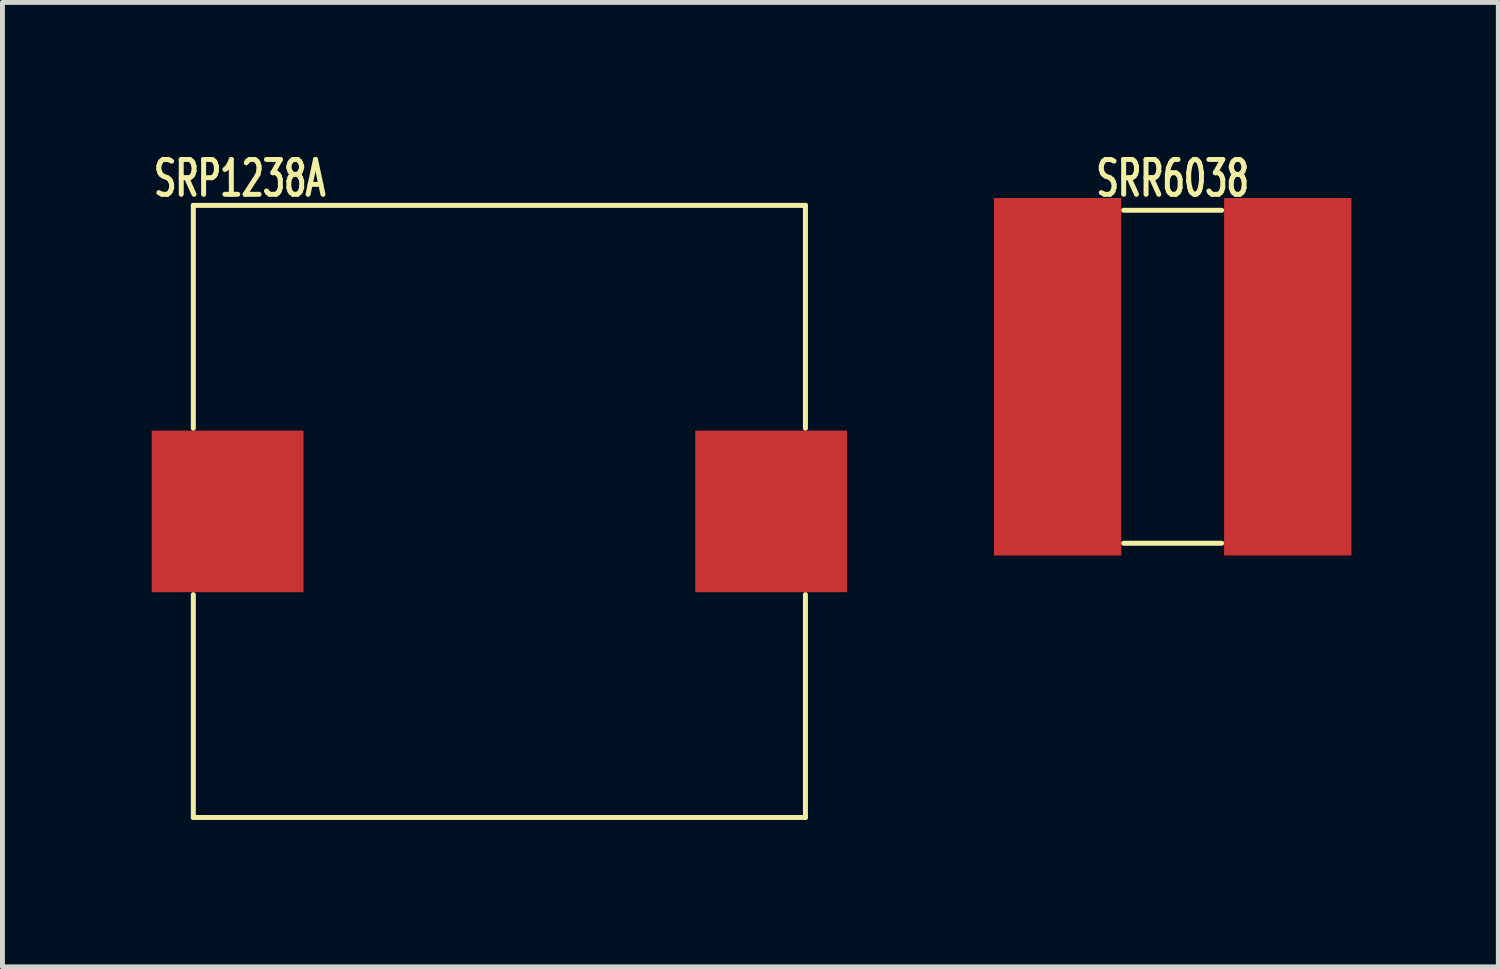
<source format=kicad_pcb>
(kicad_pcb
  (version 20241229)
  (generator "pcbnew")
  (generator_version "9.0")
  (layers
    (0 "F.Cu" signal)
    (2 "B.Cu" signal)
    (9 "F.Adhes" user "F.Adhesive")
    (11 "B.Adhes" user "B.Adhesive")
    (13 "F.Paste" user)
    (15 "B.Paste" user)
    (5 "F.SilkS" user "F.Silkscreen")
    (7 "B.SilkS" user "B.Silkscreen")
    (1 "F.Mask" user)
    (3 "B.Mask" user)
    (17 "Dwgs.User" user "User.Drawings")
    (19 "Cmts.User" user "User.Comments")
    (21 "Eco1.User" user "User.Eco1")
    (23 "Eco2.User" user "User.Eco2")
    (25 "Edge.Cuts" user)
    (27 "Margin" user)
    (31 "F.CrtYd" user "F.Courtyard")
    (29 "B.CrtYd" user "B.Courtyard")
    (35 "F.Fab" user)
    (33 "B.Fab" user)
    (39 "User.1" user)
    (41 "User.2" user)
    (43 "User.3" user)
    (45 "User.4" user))
  (footprint "SRR6038"
    (layer "F.Cu")
    (at 20.898 4.644)
    (property "Reference" "SRR6038" (at 0 -4.05 0) (layer "F.SilkS") (effects (font (size 0.711 0.457) (thickness 0.102))))
    (attr through_hole)
    (fp_line (start -1 -3.4) (end 1 -3.4) (stroke (width 0.102) (type solid)) (layer "F.SilkS"))
    (fp_line (start 1 3.4) (end -1 3.4) (stroke (width 0.102) (type solid)) (layer "F.SilkS"))
    (pad "1" smd rect (at -2.35 0) (size 2.6 7.3) (layers "F.Cu" "F.Mask" "F.Paste"))
    (pad "2" smd rect (at 2.35 0) (size 2.6 7.3) (layers "F.Cu" "F.Mask" "F.Paste")))
  (footprint "SRP1238A"
    (layer "F.Cu")
    (at 7.148 7.394)
    (property "Reference" "SRP1238A" (at -5.3 -6.8 0) (layer "F.SilkS") (effects (font (size 0.711 0.457) (thickness 0.102))))
    (attr through_hole)
    (fp_line (start -6.25 -6.25) (end -6.25 -1.7) (stroke (width 0.102) (type solid)) (layer "F.SilkS"))
    (fp_line (start -6.25 -6.25) (end 6.25 -6.25) (stroke (width 0.102) (type solid)) (layer "F.SilkS"))
    (fp_line (start -6.25 6.25) (end -6.25 1.7) (stroke (width 0.102) (type solid)) (layer "F.SilkS"))
    (fp_line (start 6.25 -6.25) (end 6.25 -1.7) (stroke (width 0.102) (type solid)) (layer "F.SilkS"))
    (fp_line (start 6.25 6.25) (end -6.25 6.25) (stroke (width 0.102) (type solid)) (layer "F.SilkS"))
    (fp_line (start 6.25 6.25) (end 6.25 1.7) (stroke (width 0.102) (type solid)) (layer "F.SilkS"))
    (pad "1" smd rect (at -5.55 0) (size 3.1 3.3) (layers "F.Cu" "F.Mask" "F.Paste"))
    (pad "2" smd rect (at 5.55 0) (size 3.1 3.3) (layers "F.Cu" "F.Mask" "F.Paste")))
  (gr_rect
    (start -3 -3)
    (end 27.548 16.695)
    (stroke (width 0.1) (type default))
    (fill no)
    (layer "Edge.Cuts")))
</source>
